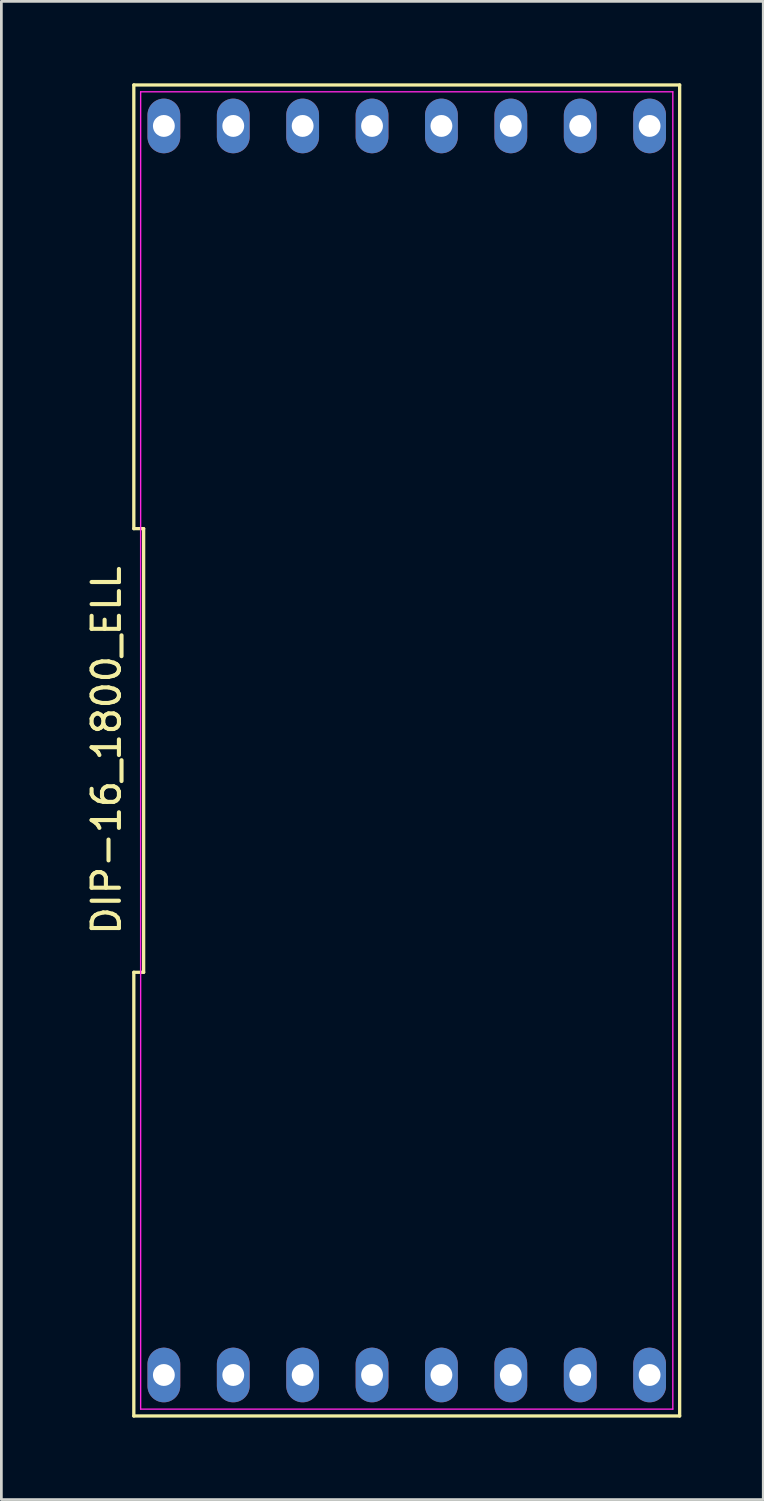
<source format=kicad_pcb>
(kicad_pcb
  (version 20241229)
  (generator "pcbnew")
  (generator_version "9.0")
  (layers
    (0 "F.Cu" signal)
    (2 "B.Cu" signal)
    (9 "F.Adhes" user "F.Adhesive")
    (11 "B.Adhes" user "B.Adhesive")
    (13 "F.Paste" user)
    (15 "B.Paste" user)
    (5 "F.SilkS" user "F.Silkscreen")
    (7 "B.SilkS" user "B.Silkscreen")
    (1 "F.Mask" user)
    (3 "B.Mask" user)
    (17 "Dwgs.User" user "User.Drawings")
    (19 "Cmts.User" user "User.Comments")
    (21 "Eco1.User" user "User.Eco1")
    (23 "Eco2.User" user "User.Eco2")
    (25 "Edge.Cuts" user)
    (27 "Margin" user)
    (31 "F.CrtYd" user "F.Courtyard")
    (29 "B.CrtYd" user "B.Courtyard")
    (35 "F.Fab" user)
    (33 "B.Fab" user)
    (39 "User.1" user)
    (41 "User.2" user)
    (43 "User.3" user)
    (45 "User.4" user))
  (footprint "DIP-16_1800_ELL"
    (layer "F.Cu")
    (at 11.838 24.42)
    (property "Reference" "DIP-16_1800_ELL" (at -10.99 0 90) (layer "F.SilkS") (effects (font (size 1 1) (thickness 0.15))))
    (attr through_hole)
    (fp_line (start -9.99 -8.12) (end -9.63 -8.12) (stroke (width 0.12) (type solid)) (layer "F.SilkS"))
    (fp_line (start -9.99 8.12) (end -9.99 24.36) (stroke (width 0.12) (type solid)) (layer "F.SilkS"))
    (fp_line (start -9.99 24.36) (end 9.99 24.36) (stroke (width 0.12) (type solid)) (layer "F.SilkS"))
    (fp_line (start -9.99 -24.36) (end -9.99 -8.12) (stroke (width 0.12) (type solid)) (layer "F.SilkS"))
    (fp_line (start -9.63 -8.12) (end -9.63 8.12) (stroke (width 0.12) (type solid)) (layer "F.SilkS"))
    (fp_line (start -9.63 8.12) (end -9.99 8.12) (stroke (width 0.12) (type solid)) (layer "F.SilkS"))
    (fp_line (start 9.99 24.36) (end 9.99 -24.36) (stroke (width 0.12) (type solid)) (layer "F.SilkS"))
    (fp_line (start 9.99 -24.36) (end -9.99 -24.36) (stroke (width 0.12) (type solid)) (layer "F.SilkS"))
    (fp_line (start -9.74 -24.11) (end 9.74 -24.11) (stroke (width 0.05) (type solid)) (layer "F.CrtYd"))
    (fp_line (start -9.74 24.11) (end -9.74 -24.11) (stroke (width 0.05) (type solid)) (layer "F.CrtYd"))
    (fp_line (start 9.74 -24.11) (end 9.74 24.11) (stroke (width 0.05) (type solid)) (layer "F.CrtYd"))
    (fp_line (start 9.74 24.11) (end -9.74 24.11) (stroke (width 0.05) (type solid)) (layer "F.CrtYd"))
    (pad "1" thru_hole oval (at -8.89 22.86) (size 1.2 2) (drill 0.8) (layers "*.Cu" "*.Mask"))
    (pad "2" thru_hole oval (at -6.35 22.86) (size 1.2 2) (drill 0.8) (layers "*.Cu" "*.Mask"))
    (pad "3" thru_hole oval (at -3.81 22.86) (size 1.2 2) (drill 0.8) (layers "*.Cu" "*.Mask"))
    (pad "4" thru_hole oval (at -1.27 22.86) (size 1.2 2) (drill 0.8) (layers "*.Cu" "*.Mask"))
    (pad "5" thru_hole oval (at 1.27 22.86) (size 1.2 2) (drill 0.8) (layers "*.Cu" "*.Mask"))
    (pad "6" thru_hole oval (at 3.81 22.86) (size 1.2 2) (drill 0.8) (layers "*.Cu" "*.Mask"))
    (pad "7" thru_hole oval (at 6.35 22.86) (size 1.2 2) (drill 0.8) (layers "*.Cu" "*.Mask"))
    (pad "8" thru_hole oval (at 8.89 22.86) (size 1.2 2) (drill 0.8) (layers "*.Cu" "*.Mask"))
    (pad "9" thru_hole oval (at 8.89 -22.86) (size 1.2 2) (drill 0.8) (layers "*.Cu" "*.Mask"))
    (pad "10" thru_hole oval (at 6.35 -22.86) (size 1.2 2) (drill 0.8) (layers "*.Cu" "*.Mask"))
    (pad "11" thru_hole oval (at 3.81 -22.86) (size 1.2 2) (drill 0.8) (layers "*.Cu" "*.Mask"))
    (pad "12" thru_hole oval (at 1.27 -22.86) (size 1.2 2) (drill 0.8) (layers "*.Cu" "*.Mask"))
    (pad "13" thru_hole oval (at -1.27 -22.86) (size 1.2 2) (drill 0.8) (layers "*.Cu" "*.Mask"))
    (pad "14" thru_hole oval (at -3.81 -22.86) (size 1.2 2) (drill 0.8) (layers "*.Cu" "*.Mask"))
    (pad "15" thru_hole oval (at -6.35 -22.86) (size 1.2 2) (drill 0.8) (layers "*.Cu" "*.Mask"))
    (pad "16" thru_hole oval (at -8.89 -22.86) (size 1.2 2) (drill 0.8) (layers "*.Cu" "*.Mask")))
  (gr_rect
    (start -3 -3)
    (end 24.888 51.84)
    (stroke (width 0.1) (type default))
    (fill no)
    (layer "Edge.Cuts")))
</source>
